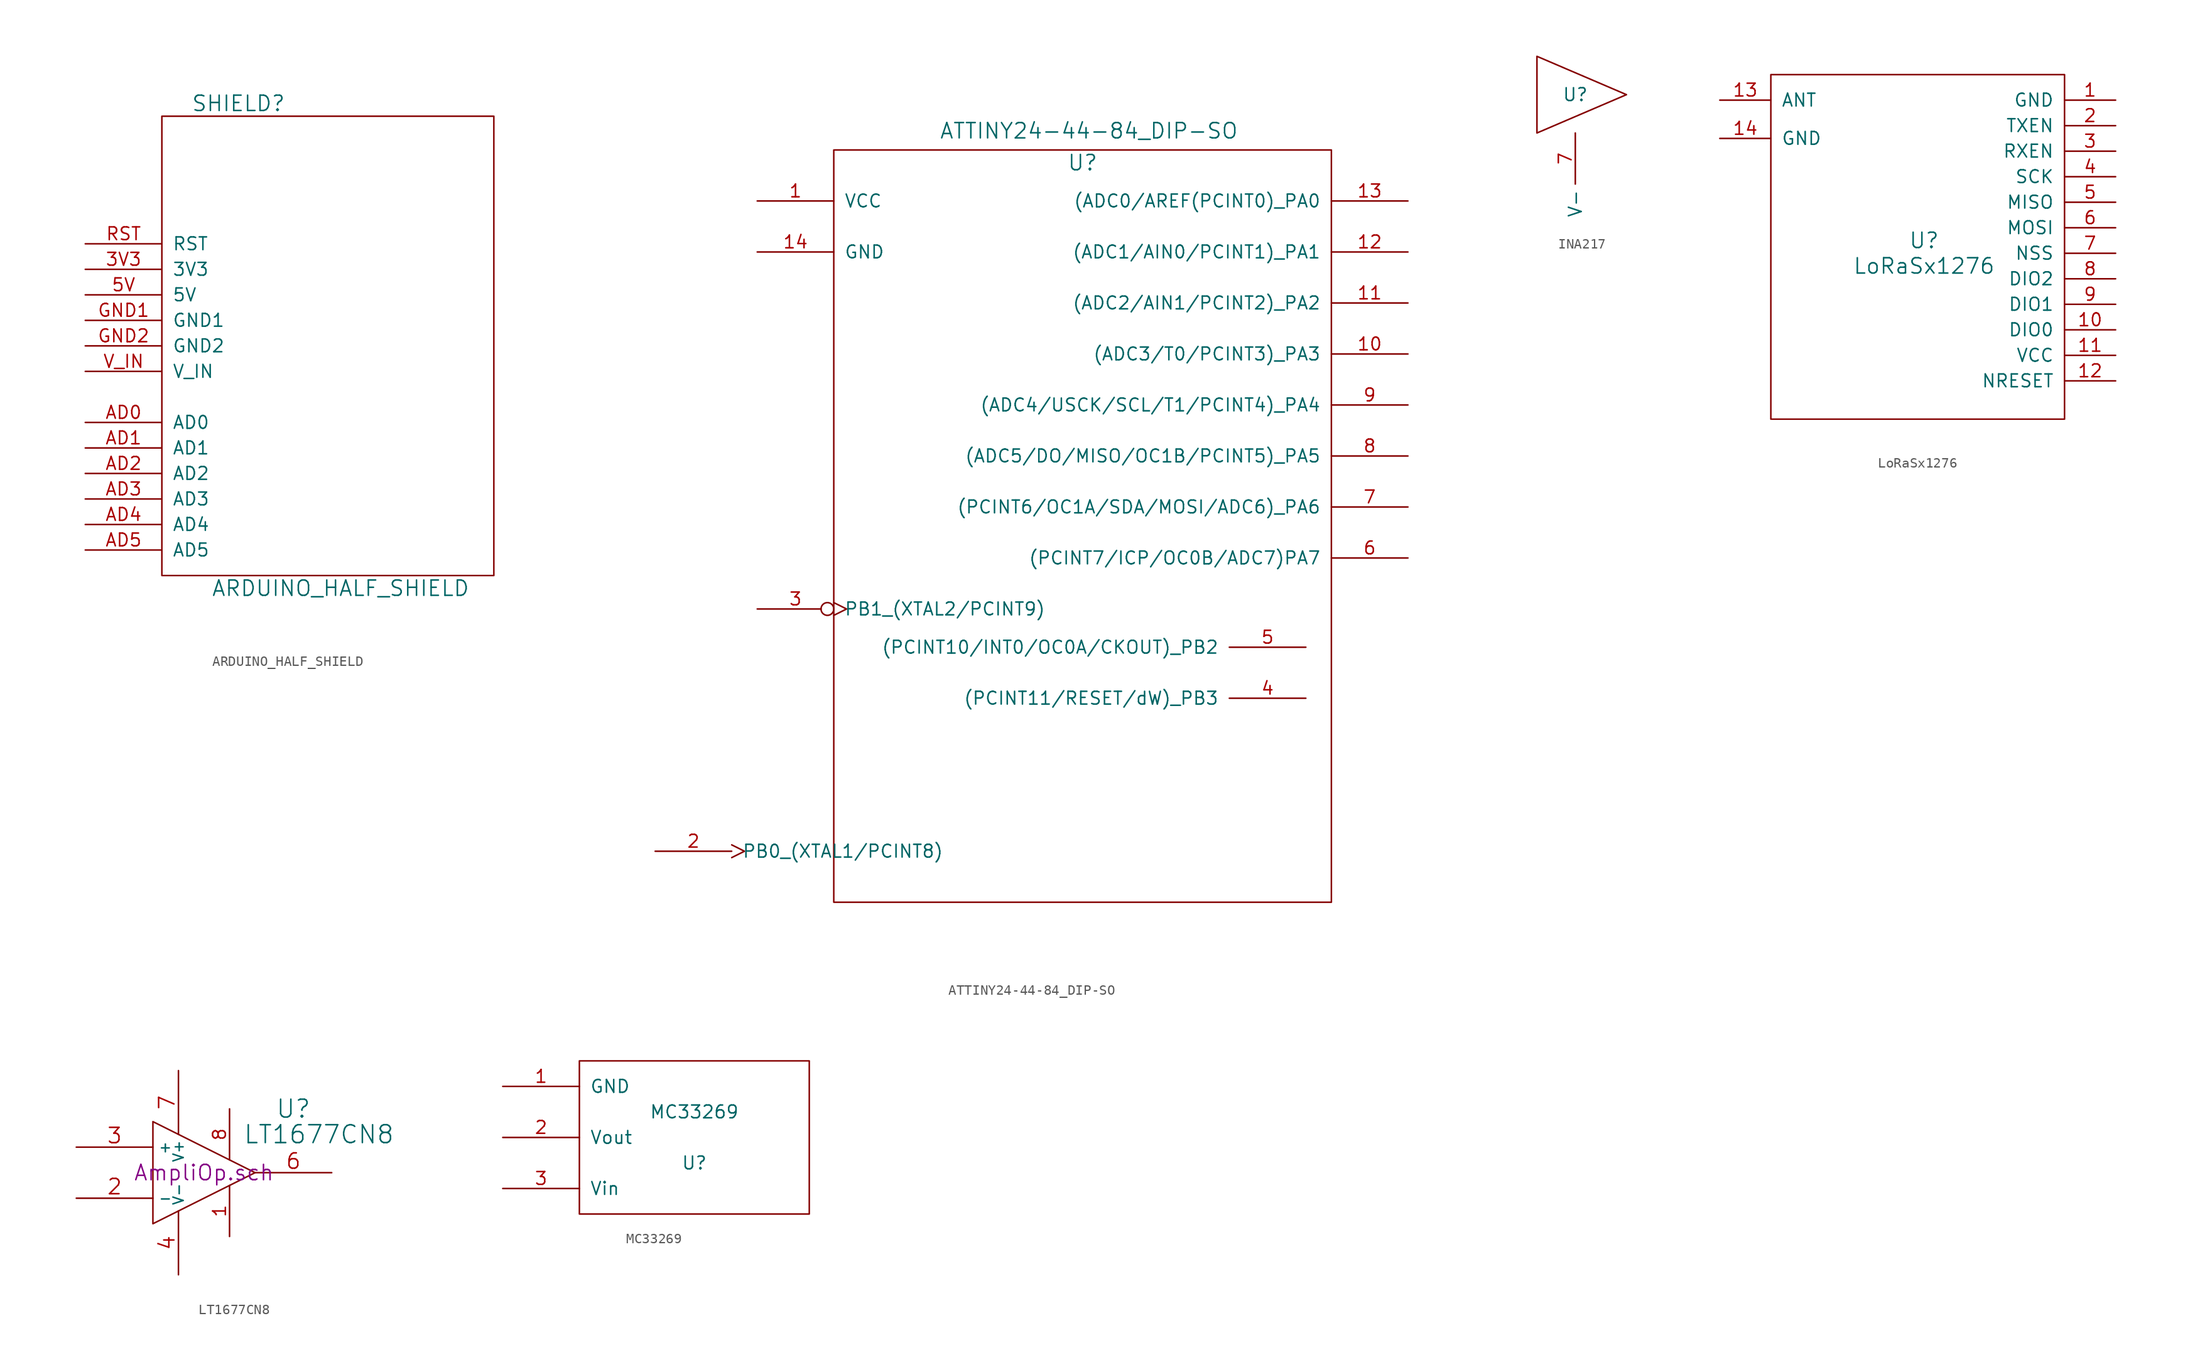
<source format=kicad_sym>
(kicad_symbol_lib
  (version 20231120)
  (generator "kicad_symbol_editor")
  (generator_version "8.0")
  (symbol "ARDUINO_HALF_SHIELD"
    (pin_names
      (offset 1.016))
    (property "Reference" "SHIELD"
      (at -8.89 24.13 0)
      (effects (font (size 1.524 1.524))))
    (property "Value" "ARDUINO_HALF_SHIELD"
      (at 1.27 -24.13 0)
      (effects (font (size 1.524 1.524))))
    (property "Footprint" ""
      (at 0 0 0)
      (effects (font (size 1.524 1.524))))
    (property "Datasheet" ""
      (at 0 0 0)
      (effects (font (size 1.524 1.524))))
    (symbol "ARDUINO_HALF_SHIELD_0_1"
      (rectangle (start -16.51 -22.86) (end 16.51 22.86) (stroke (width 0) (type solid)) (fill (type none))))
    (symbol "ARDUINO_HALF_SHIELD_1_1"
      (pin power_in line (at -24.13 7.62 0) (length 7.62) (name "3V3" (effects (font (size 1.27 1.27)))) (number "3V3" (effects (font (size 1.27 1.27)))))
      (pin power_in line (at -24.13 5.08 0) (length 7.62) (name "5V" (effects (font (size 1.27 1.27)))) (number "5V" (effects (font (size 1.27 1.27)))))
      (pin bidirectional line (at -24.13 -7.62 0) (length 7.62) (name "AD0" (effects (font (size 1.27 1.27)))) (number "AD0" (effects (font (size 1.27 1.27)))))
      (pin bidirectional line (at -24.13 -10.16 0) (length 7.62) (name "AD1" (effects (font (size 1.27 1.27)))) (number "AD1" (effects (font (size 1.27 1.27)))))
      (pin bidirectional line (at -24.13 -12.7 0) (length 7.62) (name "AD2" (effects (font (size 1.27 1.27)))) (number "AD2" (effects (font (size 1.27 1.27)))))
      (pin bidirectional line (at -24.13 -15.24 0) (length 7.62) (name "AD3" (effects (font (size 1.27 1.27)))) (number "AD3" (effects (font (size 1.27 1.27)))))
      (pin bidirectional line (at -24.13 -17.78 0) (length 7.62) (name "AD4" (effects (font (size 1.27 1.27)))) (number "AD4" (effects (font (size 1.27 1.27)))))
      (pin bidirectional line (at -24.13 -20.32 0) (length 7.62) (name "AD5" (effects (font (size 1.27 1.27)))) (number "AD5" (effects (font (size 1.27 1.27)))))
      (pin power_in line (at -24.13 2.54 0) (length 7.62) (name "GND1" (effects (font (size 1.27 1.27)))) (number "GND1" (effects (font (size 1.27 1.27)))))
      (pin power_in line (at -24.13 0 0) (length 7.62) (name "GND2" (effects (font (size 1.27 1.27)))) (number "GND2" (effects (font (size 1.27 1.27)))))
      (pin input line (at -24.13 10.16 0) (length 7.62) (name "RST" (effects (font (size 1.27 1.27)))) (number "RST" (effects (font (size 1.27 1.27)))))
      (pin power_in line (at -24.13 -2.54 0) (length 7.62) (name "V_IN" (effects (font (size 1.27 1.27)))) (number "V_IN" (effects (font (size 1.27 1.27)))))))
  (symbol "ATTINY24-44-84_DIP-SO"
    (pin_names
      (offset 1.016))
    (property "Reference" " U"
      (at 9.525 34.925 0)
      (effects (font (size 1.524 1.524))))
    (property "Value" "ATTINY24-44-84_DIP-SO"
      (at 10.16 38.1 0)
      (effects (font (size 1.524 1.524))))
    (property "Footprint" ""
      (at 10.16 -1.27 0)
      (effects (font (size 1.524 1.524))))
    (property "Datasheet" ""
      (at 10.16 -1.27 0)
      (effects (font (size 1.524 1.524))))
    (symbol "ATTINY24-44-84_DIP-SO_0_1"
      (rectangle (start -15.24 -38.735) (end 34.29 36.195) (stroke (width 0) (type solid)) (fill (type none))))
    (symbol "ATTINY24-44-84_DIP-SO_1_1"
      (pin power_in line (at -22.86 31.115 0) (length 7.62) (name "VCC" (effects (font (size 1.27 1.27)))) (number "1" (effects (font (size 1.27 1.27)))))
      (pin bidirectional line (at 41.91 15.875 180) (length 7.62) (name "(ADC3/T0/PCINT3)_PA3" (effects (font (size 1.27 1.27)))) (number "10" (effects (font (size 1.27 1.27)))))
      (pin bidirectional line (at 41.91 20.955 180) (length 7.62) (name "(ADC2/AIN1/PCINT2)_PA2" (effects (font (size 1.27 1.27)))) (number "11" (effects (font (size 1.27 1.27)))))
      (pin bidirectional line (at 41.91 26.035 180) (length 7.62) (name "(ADC1/AIN0/PCINT1)_PA1" (effects (font (size 1.27 1.27)))) (number "12" (effects (font (size 1.27 1.27)))))
      (pin bidirectional line (at 41.91 31.115 180) (length 7.62) (name "(ADC0/AREF(PCINT0)_PA0" (effects (font (size 1.27 1.27)))) (number "13" (effects (font (size 1.27 1.27)))))
      (pin power_out line (at -22.86 26.035 0) (length 7.62) (name "GND" (effects (font (size 1.27 1.27)))) (number "14" (effects (font (size 1.27 1.27)))))
      (pin input clock (at -33.02 -33.655 0) (length 7.62) (name "PB0_(XTAL1/PCINT8)" (effects (font (size 1.27 1.27)))) (number "2" (effects (font (size 1.27 1.27)))))
      (pin input inverted_clock (at -22.86 -9.525 0) (length 7.62) (name "PB1_(XTAL2/PCINT9)" (effects (font (size 1.27 1.27)))) (number "3" (effects (font (size 1.27 1.27)))))
      (pin bidirectional line (at 31.75 -18.415 180) (length 7.62) (name "(PCINT11/RESET/dW)_PB3" (effects (font (size 1.27 1.27)))) (number "4" (effects (font (size 1.27 1.27)))))
      (pin bidirectional line (at 31.75 -13.335 180) (length 7.62) (name "(PCINT10/INT0/OC0A/CKOUT)_PB2" (effects (font (size 1.27 1.27)))) (number "5" (effects (font (size 1.27 1.27)))))
      (pin bidirectional line (at 41.91 -4.445 180) (length 7.62) (name "(PCINT7/ICP/OC0B/ADC7)PA7" (effects (font (size 1.27 1.27)))) (number "6" (effects (font (size 1.27 1.27)))))
      (pin bidirectional line (at 41.91 0.635 180) (length 7.62) (name "(PCINT6/OC1A/SDA/MOSI/ADC6)_PA6" (effects (font (size 1.27 1.27)))) (number "7" (effects (font (size 1.27 1.27)))))
      (pin bidirectional line (at 41.91 5.715 180) (length 7.62) (name "(ADC5/DO/MISO/OC1B/PCINT5)_PA5" (effects (font (size 1.27 1.27)))) (number "8" (effects (font (size 1.27 1.27)))))
      (pin bidirectional line (at 41.91 10.795 180) (length 7.62) (name "(ADC4/USCK/SCL/T1/PCINT4)_PA4" (effects (font (size 1.27 1.27)))) (number "9" (effects (font (size 1.27 1.27)))))))
  (symbol "INA217"
    (property "Reference" "U"
      (at 0 0 0)
      (effects (font (size 1.27 1.27))))
    (property "Value" ""
      (at 0 0 0)
      (effects (font (size 1.27 1.27))))
    (symbol "INA217_0_1"
      (polyline (pts (xy -3.81 2.54) (xy -3.81 -3.81) (xy 5.08 0) (xy -3.81 3.81) (xy -3.81 2.54) (xy -3.81 3.81)) (stroke (width 0) (type default)) (fill (type none))))
    (symbol "INA217_1_1"
      (pin input line (at 0 -3.81 270) (length 5.08) (name "V-" (effects (font (size 1.27 1.27)))) (number "7" (effects (font (size 1.27 1.27)))))))
  (symbol "LoRaSx1276"
    (pin_names
      (offset 1.016))
    (property "Reference" "U"
      (at 0 0 0)
      (effects (font (size 1.524 1.524))))
    (property "Value" "LoRaSx1276"
      (at 0 -2.54 0)
      (effects (font (size 1.524 1.524))))
    (symbol "LoRaSx1276_0_1"
      (rectangle (start 13.97 16.51) (end -15.24 -17.78) (stroke (width 0) (type solid)) (fill (type none))))
    (symbol "LoRaSx1276_1_1"
      (pin input line (at 19.05 13.97 180) (length 5.08) (name "GND" (effects (font (size 1.27 1.27)))) (number "1" (effects (font (size 1.27 1.27)))))
      (pin input line (at 19.05 -8.89 180) (length 5.08) (name "DIO0" (effects (font (size 1.27 1.27)))) (number "10" (effects (font (size 1.27 1.27)))))
      (pin input line (at 19.05 -11.43 180) (length 5.08) (name "VCC" (effects (font (size 1.27 1.27)))) (number "11" (effects (font (size 1.27 1.27)))))
      (pin input line (at 19.05 -13.97 180) (length 5.08) (name "NRESET" (effects (font (size 1.27 1.27)))) (number "12" (effects (font (size 1.27 1.27)))))
      (pin input line (at -20.32 13.97 0) (length 5.08) (name "ANT" (effects (font (size 1.27 1.27)))) (number "13" (effects (font (size 1.27 1.27)))))
      (pin input line (at -20.32 10.16 0) (length 5.08) (name "GND" (effects (font (size 1.27 1.27)))) (number "14" (effects (font (size 1.27 1.27)))))
      (pin input line (at 19.05 11.43 180) (length 5.08) (name "TXEN" (effects (font (size 1.27 1.27)))) (number "2" (effects (font (size 1.27 1.27)))))
      (pin input line (at 19.05 8.89 180) (length 5.08) (name "RXEN" (effects (font (size 1.27 1.27)))) (number "3" (effects (font (size 1.27 1.27)))))
      (pin input line (at 19.05 6.35 180) (length 5.08) (name "SCK" (effects (font (size 1.27 1.27)))) (number "4" (effects (font (size 1.27 1.27)))))
      (pin input line (at 19.05 3.81 180) (length 5.08) (name "MISO" (effects (font (size 1.27 1.27)))) (number "5" (effects (font (size 1.27 1.27)))))
      (pin input line (at 19.05 1.27 180) (length 5.08) (name "MOSI" (effects (font (size 1.27 1.27)))) (number "6" (effects (font (size 1.27 1.27)))))
      (pin input line (at 19.05 -1.27 180) (length 5.08) (name "NSS" (effects (font (size 1.27 1.27)))) (number "7" (effects (font (size 1.27 1.27)))))
      (pin input line (at 19.05 -3.81 180) (length 5.08) (name "DIO2" (effects (font (size 1.27 1.27)))) (number "8" (effects (font (size 1.27 1.27)))))
      (pin input line (at 19.05 -6.35 180) (length 5.08) (name "DIO1" (effects (font (size 1.27 1.27)))) (number "9" (effects (font (size 1.27 1.27)))))))
  (symbol "LT1677CN8"
    (property "Reference" "U"
      (at 8.89 6.35 0)
      (effects (font (size 1.778 1.778))))
    (property "Value" "LT1677CN8"
      (at 11.43 3.81 0)
      (effects (font (size 1.778 1.778))))
    (property "Footprint" ""
      (at 0 0 0)
      (effects (font (size 1.524 1.524))))
    (property "Datasheet" "AmpliOp.sch"
      (at 0 0 0)
      (effects (font (size 1.524 1.524))))
    (symbol "LT1677CN8_0_1"
      (polyline (pts (xy -5.08 5.08) (xy 5.08 0) (xy -5.08 -5.08) (xy -5.08 5.08)) (stroke (width 0) (type solid)) (fill (type none))))
    (symbol "LT1677CN8_1_1"
      (pin input line (at 2.54 -6.35 90) (length 5.08) (name "~" (effects (font (size 1.27 1.27)))) (number "1" (effects (font (size 1.27 1.27)))))
      (pin input line (at -12.7 -2.54 0) (length 7.62) (name "-" (effects (font (size 1.016 1.016)))) (number "2" (effects (font (size 1.524 1.524)))))
      (pin input line (at -12.7 2.54 0) (length 7.62) (name "+" (effects (font (size 1.016 1.016)))) (number "3" (effects (font (size 1.524 1.524)))))
      (pin passive line (at -2.54 -10.16 90) (length 6.35) (name "V-" (effects (font (size 1.016 1.016)))) (number "4" (effects (font (size 1.524 1.524)))))
      (pin output line (at 12.7 0 180) (length 7.62) (name "~" (effects (font (size 1.016 1.016)))) (number "6" (effects (font (size 1.524 1.524)))))
      (pin passive line (at -2.54 10.16 270) (length 6.35) (name "V+" (effects (font (size 1.016 1.016)))) (number "7" (effects (font (size 1.524 1.524)))))
      (pin input line (at 2.54 6.35 270) (length 5.08) (name "~" (effects (font (size 1.27 1.27)))) (number "8" (effects (font (size 1.27 1.27)))))))
  (symbol "MC33269"
    (pin_names
      (offset 1.016))
    (property "Reference" "U"
      (at 0 -2.54 0)
      (effects (font (size 1.27 1.27))))
    (property "Value" "MC33269"
      (at 0 2.54 0)
      (effects (font (size 1.27 1.27))))
    (symbol "MC33269_1_0"
      (rectangle (start -11.43 -7.62) (end 11.43 7.62) (stroke (width 0) (type solid)) (fill (type none))))
    (symbol "MC33269_1_1"
      (pin input line (at -19.05 5.08 0) (length 7.62) (name "GND" (effects (font (size 1.27 1.27)))) (number "1" (effects (font (size 1.27 1.27)))))
      (pin output line (at -19.05 0 0) (length 7.62) (name "Vout" (effects (font (size 1.27 1.27)))) (number "2" (effects (font (size 1.27 1.27)))))
      (pin input line (at -19.05 -5.08 0) (length 7.62) (name "Vin" (effects (font (size 1.27 1.27)))) (number "3" (effects (font (size 1.27 1.27))))))))
</source>
